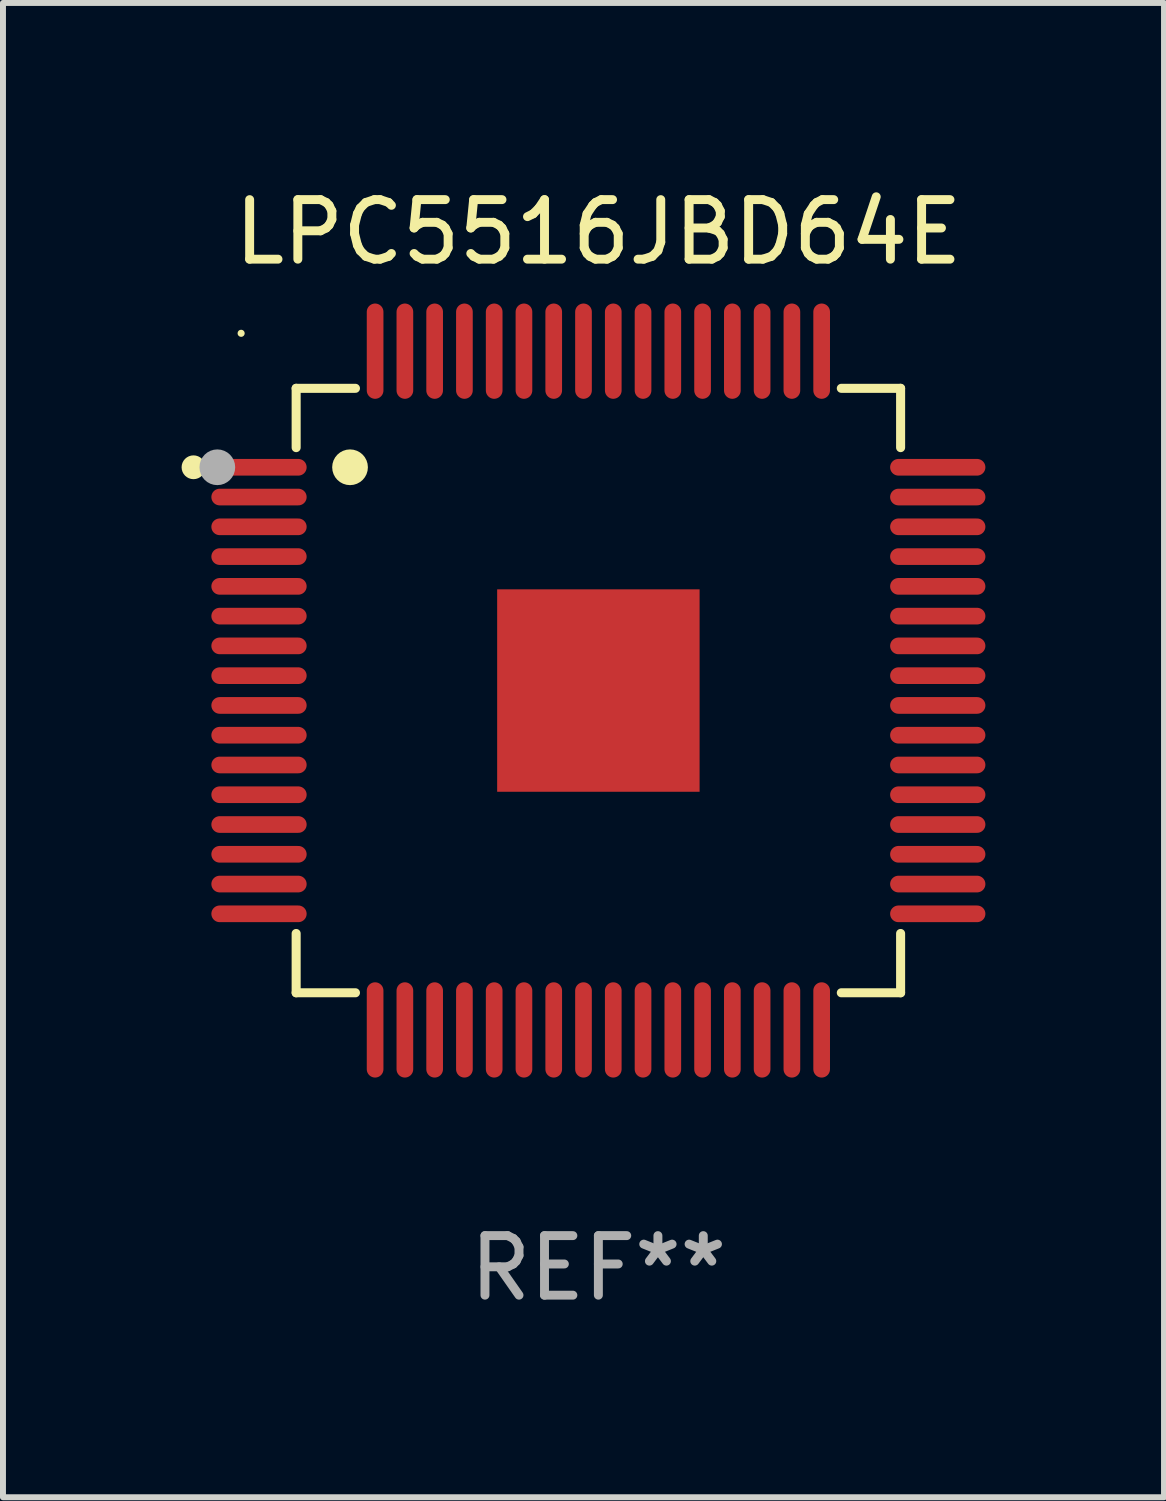
<source format=kicad_pcb>
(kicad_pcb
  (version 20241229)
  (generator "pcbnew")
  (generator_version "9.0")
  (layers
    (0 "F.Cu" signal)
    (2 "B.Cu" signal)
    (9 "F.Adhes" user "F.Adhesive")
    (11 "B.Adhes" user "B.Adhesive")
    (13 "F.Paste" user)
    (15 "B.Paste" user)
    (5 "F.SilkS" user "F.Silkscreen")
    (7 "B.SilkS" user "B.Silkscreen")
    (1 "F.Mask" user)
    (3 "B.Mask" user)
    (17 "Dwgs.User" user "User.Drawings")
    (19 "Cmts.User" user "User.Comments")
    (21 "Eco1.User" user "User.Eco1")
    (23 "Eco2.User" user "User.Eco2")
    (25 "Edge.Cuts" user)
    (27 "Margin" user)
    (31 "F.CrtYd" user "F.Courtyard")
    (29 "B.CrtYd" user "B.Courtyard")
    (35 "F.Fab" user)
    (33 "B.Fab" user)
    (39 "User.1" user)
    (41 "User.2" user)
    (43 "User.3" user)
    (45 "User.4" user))
  (footprint "LPC5516JBD64E"
    (layer "F.Cu")
    (at 7 8.548)
    (property "Reference" "LPC5516JBD64E" (at 0 -7.7 0) (layer "F.SilkS") (effects (font (size 1 1) (thickness 0.15))))
    (attr through_hole)
    (fp_line (start -5.076 -5.076) (end -5.076 -4.08) (stroke (width 0.152) (type solid)) (layer "F.SilkS"))
    (fp_line (start -5.076 5.076) (end -5.076 4.08) (stroke (width 0.152) (type solid)) (layer "F.SilkS"))
    (fp_line (start -4.08 -5.076) (end -5.076 -5.076) (stroke (width 0.152) (type solid)) (layer "F.SilkS"))
    (fp_line (start -4.08 5.076) (end -5.076 5.076) (stroke (width 0.152) (type solid)) (layer "F.SilkS"))
    (fp_line (start 4.08 -5.076) (end 5.076 -5.076) (stroke (width 0.152) (type solid)) (layer "F.SilkS"))
    (fp_line (start 4.08 5.076) (end 5.076 5.076) (stroke (width 0.152) (type solid)) (layer "F.SilkS"))
    (fp_line (start 5.076 -5.076) (end 5.076 -4.08) (stroke (width 0.152) (type solid)) (layer "F.SilkS"))
    (fp_line (start 5.076 5.076) (end 5.076 4.08) (stroke (width 0.152) (type solid)) (layer "F.SilkS"))
    (fp_circle (center -6.8 -3.75) (end -6.7 -3.75) (stroke (width 0.2) (type solid)) (fill no) (layer "F.SilkS"))
    (fp_circle (center -6 -6) (end -5.97 -6) (stroke (width 0.06) (type solid)) (fill no) (layer "F.SilkS"))
    (fp_circle (center -4.171 -3.75) (end -4.021 -3.75) (stroke (width 0.3) (type solid)) (fill no) (layer "F.SilkS"))
    (fp_circle (center -6.4 -3.75) (end -6.25 -3.75) (stroke (width 0.3) (type solid)) (fill no) (layer "F.Fab"))
    (fp_text user "REF**" (at 0 9.7 0) (layer "F.Fab") (effects (font (size 1 1) (thickness 0.15))))
    (pad "1" smd oval (at -5.7 -3.75 270) (size 0.28 1.6) (layers "F.Cu" "F.Mask" "F.Paste"))
    (pad "2" smd oval (at -5.7 -3.25 270) (size 0.28 1.6) (layers "F.Cu" "F.Mask" "F.Paste"))
    (pad "3" smd oval (at -5.7 -2.75 270) (size 0.28 1.6) (layers "F.Cu" "F.Mask" "F.Paste"))
    (pad "4" smd oval (at -5.7 -2.25 270) (size 0.28 1.6) (layers "F.Cu" "F.Mask" "F.Paste"))
    (pad "5" smd oval (at -5.7 -1.75 270) (size 0.28 1.6) (layers "F.Cu" "F.Mask" "F.Paste"))
    (pad "6" smd oval (at -5.7 -1.25 270) (size 0.28 1.6) (layers "F.Cu" "F.Mask" "F.Paste"))
    (pad "7" smd oval (at -5.7 -0.75 270) (size 0.28 1.6) (layers "F.Cu" "F.Mask" "F.Paste"))
    (pad "8" smd oval (at -5.7 -0.25 270) (size 0.28 1.6) (layers "F.Cu" "F.Mask" "F.Paste"))
    (pad "9" smd oval (at -5.7 0.25 270) (size 0.28 1.6) (layers "F.Cu" "F.Mask" "F.Paste"))
    (pad "10" smd oval (at -5.7 0.75 270) (size 0.28 1.6) (layers "F.Cu" "F.Mask" "F.Paste"))
    (pad "11" smd oval (at -5.7 1.25 270) (size 0.28 1.6) (layers "F.Cu" "F.Mask" "F.Paste"))
    (pad "12" smd oval (at -5.7 1.75 270) (size 0.28 1.6) (layers "F.Cu" "F.Mask" "F.Paste"))
    (pad "13" smd oval (at -5.7 2.25 270) (size 0.28 1.6) (layers "F.Cu" "F.Mask" "F.Paste"))
    (pad "14" smd oval (at -5.7 2.75 270) (size 0.28 1.6) (layers "F.Cu" "F.Mask" "F.Paste"))
    (pad "15" smd oval (at -5.7 3.25 270) (size 0.28 1.6) (layers "F.Cu" "F.Mask" "F.Paste"))
    (pad "16" smd oval (at -5.7 3.75 270) (size 0.28 1.6) (layers "F.Cu" "F.Mask" "F.Paste"))
    (pad "17" smd oval (at -3.75 5.7 270) (size 1.6 0.28) (layers "F.Cu" "F.Mask" "F.Paste"))
    (pad "18" smd oval (at -3.25 5.7 270) (size 1.6 0.28) (layers "F.Cu" "F.Mask" "F.Paste"))
    (pad "19" smd oval (at -2.75 5.7 270) (size 1.6 0.28) (layers "F.Cu" "F.Mask" "F.Paste"))
    (pad "20" smd oval (at -2.25 5.7 270) (size 1.6 0.28) (layers "F.Cu" "F.Mask" "F.Paste"))
    (pad "21" smd oval (at -1.75 5.7 270) (size 1.6 0.28) (layers "F.Cu" "F.Mask" "F.Paste"))
    (pad "22" smd oval (at -1.25 5.7 270) (size 1.6 0.28) (layers "F.Cu" "F.Mask" "F.Paste"))
    (pad "23" smd oval (at -0.75 5.7 270) (size 1.6 0.28) (layers "F.Cu" "F.Mask" "F.Paste"))
    (pad "24" smd oval (at -0.25 5.7 270) (size 1.6 0.28) (layers "F.Cu" "F.Mask" "F.Paste"))
    (pad "25" smd oval (at 0.25 5.7 270) (size 1.6 0.28) (layers "F.Cu" "F.Mask" "F.Paste"))
    (pad "26" smd oval (at 0.75 5.7 270) (size 1.6 0.28) (layers "F.Cu" "F.Mask" "F.Paste"))
    (pad "27" smd oval (at 1.25 5.7 270) (size 1.6 0.28) (layers "F.Cu" "F.Mask" "F.Paste"))
    (pad "28" smd oval (at 1.75 5.7 270) (size 1.6 0.28) (layers "F.Cu" "F.Mask" "F.Paste"))
    (pad "29" smd oval (at 2.25 5.7 270) (size 1.6 0.28) (layers "F.Cu" "F.Mask" "F.Paste"))
    (pad "30" smd oval (at 2.75 5.7 270) (size 1.6 0.28) (layers "F.Cu" "F.Mask" "F.Paste"))
    (pad "31" smd oval (at 3.25 5.7 270) (size 1.6 0.28) (layers "F.Cu" "F.Mask" "F.Paste"))
    (pad "32" smd oval (at 3.75 5.7 270) (size 1.6 0.28) (layers "F.Cu" "F.Mask" "F.Paste"))
    (pad "33" smd oval (at 5.7 3.75 270) (size 0.28 1.6) (layers "F.Cu" "F.Mask" "F.Paste"))
    (pad "34" smd oval (at 5.7 3.25 270) (size 0.28 1.6) (layers "F.Cu" "F.Mask" "F.Paste"))
    (pad "35" smd oval (at 5.7 2.75 270) (size 0.28 1.6) (layers "F.Cu" "F.Mask" "F.Paste"))
    (pad "36" smd oval (at 5.7 2.25 270) (size 0.28 1.6) (layers "F.Cu" "F.Mask" "F.Paste"))
    (pad "37" smd oval (at 5.7 1.75 270) (size 0.28 1.6) (layers "F.Cu" "F.Mask" "F.Paste"))
    (pad "38" smd oval (at 5.7 1.25 270) (size 0.28 1.6) (layers "F.Cu" "F.Mask" "F.Paste"))
    (pad "39" smd oval (at 5.7 0.75 270) (size 0.28 1.6) (layers "F.Cu" "F.Mask" "F.Paste"))
    (pad "40" smd oval (at 5.7 0.25 270) (size 0.28 1.6) (layers "F.Cu" "F.Mask" "F.Paste"))
    (pad "41" smd oval (at 5.7 -0.25 270) (size 0.28 1.6) (layers "F.Cu" "F.Mask" "F.Paste"))
    (pad "42" smd oval (at 5.7 -0.75 270) (size 0.28 1.6) (layers "F.Cu" "F.Mask" "F.Paste"))
    (pad "43" smd oval (at 5.7 -1.25 270) (size 0.28 1.6) (layers "F.Cu" "F.Mask" "F.Paste"))
    (pad "44" smd oval (at 5.7 -1.75 270) (size 0.28 1.6) (layers "F.Cu" "F.Mask" "F.Paste"))
    (pad "45" smd oval (at 5.7 -2.25 270) (size 0.28 1.6) (layers "F.Cu" "F.Mask" "F.Paste"))
    (pad "46" smd oval (at 5.7 -2.75 270) (size 0.28 1.6) (layers "F.Cu" "F.Mask" "F.Paste"))
    (pad "47" smd oval (at 5.7 -3.25 270) (size 0.28 1.6) (layers "F.Cu" "F.Mask" "F.Paste"))
    (pad "48" smd oval (at 5.7 -3.75 270) (size 0.28 1.6) (layers "F.Cu" "F.Mask" "F.Paste"))
    (pad "49" smd oval (at 3.75 -5.7 270) (size 1.6 0.28) (layers "F.Cu" "F.Mask" "F.Paste"))
    (pad "50" smd oval (at 3.25 -5.7 270) (size 1.6 0.28) (layers "F.Cu" "F.Mask" "F.Paste"))
    (pad "51" smd oval (at 2.75 -5.7 270) (size 1.6 0.28) (layers "F.Cu" "F.Mask" "F.Paste"))
    (pad "52" smd oval (at 2.25 -5.7 270) (size 1.6 0.28) (layers "F.Cu" "F.Mask" "F.Paste"))
    (pad "53" smd oval (at 1.75 -5.7 270) (size 1.6 0.28) (layers "F.Cu" "F.Mask" "F.Paste"))
    (pad "54" smd oval (at 1.25 -5.7 270) (size 1.6 0.28) (layers "F.Cu" "F.Mask" "F.Paste"))
    (pad "55" smd oval (at 0.75 -5.7 270) (size 1.6 0.28) (layers "F.Cu" "F.Mask" "F.Paste"))
    (pad "56" smd oval (at 0.25 -5.7 270) (size 1.6 0.28) (layers "F.Cu" "F.Mask" "F.Paste"))
    (pad "57" smd oval (at -0.25 -5.7 270) (size 1.6 0.28) (layers "F.Cu" "F.Mask" "F.Paste"))
    (pad "58" smd oval (at -0.75 -5.7 270) (size 1.6 0.28) (layers "F.Cu" "F.Mask" "F.Paste"))
    (pad "59" smd oval (at -1.25 -5.7 270) (size 1.6 0.28) (layers "F.Cu" "F.Mask" "F.Paste"))
    (pad "60" smd oval (at -1.75 -5.7 270) (size 1.6 0.28) (layers "F.Cu" "F.Mask" "F.Paste"))
    (pad "61" smd oval (at -2.25 -5.7 270) (size 1.6 0.28) (layers "F.Cu" "F.Mask" "F.Paste"))
    (pad "62" smd oval (at -2.75 -5.7 270) (size 1.6 0.28) (layers "F.Cu" "F.Mask" "F.Paste"))
    (pad "63" smd oval (at -3.25 -5.7 270) (size 1.6 0.28) (layers "F.Cu" "F.Mask" "F.Paste"))
    (pad "64" smd oval (at -3.75 -5.7 270) (size 1.6 0.28) (layers "F.Cu" "F.Mask" "F.Paste"))
    (pad "65" smd rect (at 0 0 270) (size 3.4 3.4) (layers "F.Cu" "F.Mask" "F.Paste")))
  (gr_rect
    (start -3 -3)
    (end 16.5 22.097)
    (stroke (width 0.1) (type default))
    (fill no)
    (layer "Edge.Cuts")))
</source>
